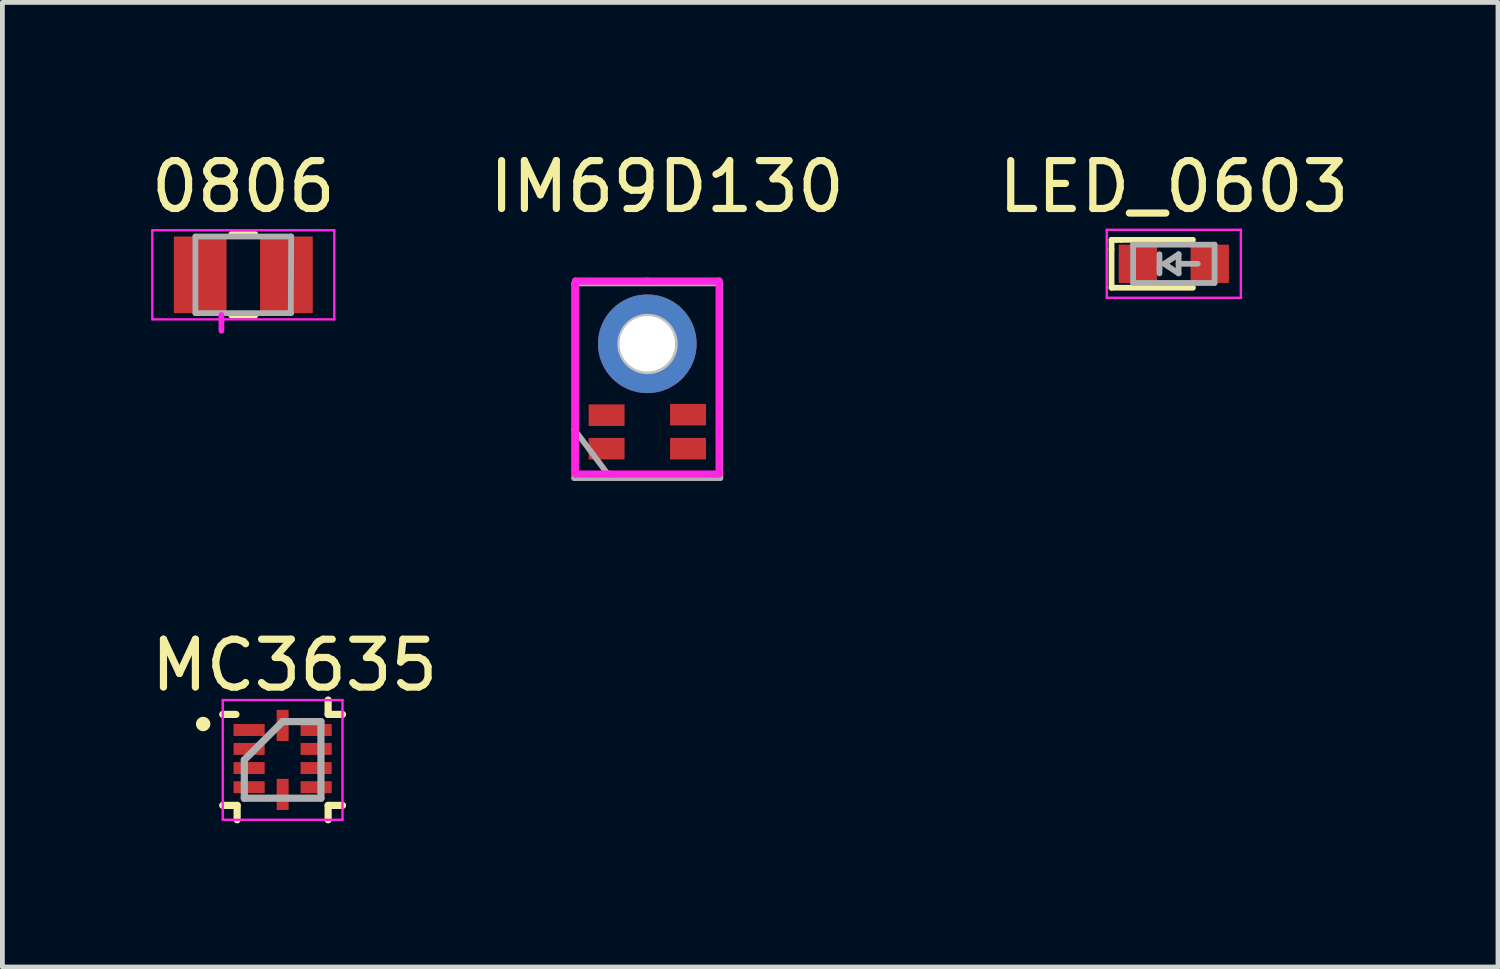
<source format=kicad_pcb>
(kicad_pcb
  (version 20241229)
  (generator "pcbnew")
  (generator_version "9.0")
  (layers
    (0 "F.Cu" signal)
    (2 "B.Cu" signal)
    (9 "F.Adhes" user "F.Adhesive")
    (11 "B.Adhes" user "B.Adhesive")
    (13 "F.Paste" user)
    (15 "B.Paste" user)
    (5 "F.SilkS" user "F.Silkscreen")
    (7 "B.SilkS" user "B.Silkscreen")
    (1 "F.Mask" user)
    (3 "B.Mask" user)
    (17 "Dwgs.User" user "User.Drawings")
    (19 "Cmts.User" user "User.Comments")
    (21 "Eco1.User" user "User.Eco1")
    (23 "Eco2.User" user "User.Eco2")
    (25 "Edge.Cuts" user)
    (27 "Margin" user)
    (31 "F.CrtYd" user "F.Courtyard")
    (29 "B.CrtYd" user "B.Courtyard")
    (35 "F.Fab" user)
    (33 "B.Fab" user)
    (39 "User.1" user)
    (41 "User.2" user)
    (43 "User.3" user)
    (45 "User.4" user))
  (footprint "IM69D130"
    (layer "F.Cu")
    (at 10.465 4.138)
    (property "Reference" "IM69D130" (at 0.41 -3.29 0) (layer "F.SilkS") (effects (font (size 1 1) (thickness 0.15))))
    (attr smd)
    (fp_circle (center 0.005 -0.006) (end 0.005 -0.586) (stroke (width 0.1) (type solid)) (fill no) (layer "Dwgs.User"))
    (fp_circle (center 0.005 -0.006) (end 0.005 -0.406) (stroke (width 0.1) (type solid)) (fill no) (layer "Dwgs.User"))
    (fp_line (start -1.5 -1.32) (end 0.01 -1.32) (stroke (width 0.15) (type solid)) (layer "F.CrtYd"))
    (fp_line (start -1.5 2.71) (end -1.5 -1.32) (stroke (width 0.15) (type solid)) (layer "F.CrtYd"))
    (fp_line (start -0.8 2.71) (end -1.5 2.71) (stroke (width 0.15) (type solid)) (layer "F.CrtYd"))
    (fp_line (start -0.8 2.71) (end 1.5 2.71) (stroke (width 0.15) (type solid)) (layer "F.CrtYd"))
    (fp_line (start 0 -1.32) (end 1.5 -1.32) (stroke (width 0.15) (type solid)) (layer "F.CrtYd"))
    (fp_line (start 1.5 -1.32) (end 1.5 2.71) (stroke (width 0.15) (type solid)) (layer "F.CrtYd"))
    (fp_line (start -1.524 -1.27) (end 1.524 -1.27) (stroke (width 0.12) (type solid)) (layer "F.Fab"))
    (fp_line (start -1.524 2.794) (end -1.524 -1.27) (stroke (width 0.12) (type solid)) (layer "F.Fab"))
    (fp_line (start -0.762 2.794) (end -1.524 1.778) (stroke (width 0.12) (type solid)) (layer "F.Fab"))
    (fp_line (start 1.524 -1.27) (end 1.524 2.794) (stroke (width 0.12) (type solid)) (layer "F.Fab"))
    (fp_line (start 1.524 2.794) (end -1.524 2.794) (stroke (width 0.12) (type solid)) (layer "F.Fab"))
    (pad "1" smd rect (at -0.85 2.18 90) (size 0.45 0.75) (layers "F.Cu" "F.Mask" "F.Paste"))
    (pad "2" smd rect (at -0.85 1.48 90) (size 0.45 0.75) (layers "F.Cu" "F.Mask" "F.Paste"))
    (pad "3" smd rect (at 0.85 2.18 90) (size 0.45 0.75) (layers "F.Cu" "F.Mask" "F.Paste"))
    (pad "4" smd rect (at 0.85 1.47 90) (size 0.45 0.75) (layers "F.Cu" "F.Mask" "F.Paste"))
    (pad "5" thru_hole circle (at 0 -0.01 90) (size 2.06 2.06) (drill 1.16) (layers "*.Mask" "F.Cu")))
  (footprint "0806"
    (layer "F.Cu")
    (at 2.03 2.688)
    (property "Reference" "0806" (at 0 -1.84 0) (layer "F.SilkS") (effects (font (size 1 1) (thickness 0.15))))
    (attr smd)
    (fp_line (start -0.25 -0.85) (end 0.25 -0.85) (stroke (width 0.12) (type solid)) (layer "F.SilkS"))
    (fp_line (start -0.25 0.85) (end 0.25 0.85) (stroke (width 0.12) (type solid)) (layer "F.SilkS"))
    (fp_line (start -1.9 -0.93) (end 1.9 -0.93) (stroke (width 0.05) (type solid)) (layer "F.CrtYd"))
    (fp_line (start -1.9 0.93) (end -1.9 -0.93) (stroke (width 0.05) (type solid)) (layer "F.CrtYd"))
    (fp_line (start -1.9 0.93) (end 1.9 0.93) (stroke (width 0.05) (type solid)) (layer "F.CrtYd"))
    (fp_line (start -0.457 0.838) (end -0.457 1.168) (stroke (width 0.12) (type solid)) (layer "F.CrtYd"))
    (fp_line (start 1.9 0.93) (end 1.9 -0.93) (stroke (width 0.05) (type solid)) (layer "F.CrtYd"))
    (fp_line (start -1 -0.8) (end -1 0.8) (stroke (width 0.12) (type solid)) (layer "F.Fab"))
    (fp_line (start -1 -0.8) (end 1 -0.8) (stroke (width 0.12) (type solid)) (layer "F.Fab"))
    (fp_line (start -1 0.8) (end 1 0.8) (stroke (width 0.12) (type solid)) (layer "F.Fab"))
    (fp_line (start 1 -0.8) (end 0.991 0.787) (stroke (width 0.12) (type solid)) (layer "F.Fab"))
    (pad "1" smd rect (at -0.9 0) (size 1.1 1.6) (layers "F.Cu" "F.Mask" "F.Paste"))
    (pad "2" smd rect (at 0.9 0) (size 1.1 1.6) (layers "F.Cu" "F.Mask" "F.Paste")))
  (footprint "LED_0603"
    (layer "F.Cu")
    (at 21.458 2.458)
    (property "Reference" "LED_0603" (at 0 -1.61 0) (layer "F.SilkS") (effects (font (size 1 1) (thickness 0.15))))
    (attr smd)
    (fp_line (start -1.3 -0.5) (end -1.3 -0.3) (stroke (width 0.12) (type solid)) (layer "F.SilkS"))
    (fp_line (start -1.3 -0.3) (end -1.3 0.5) (stroke (width 0.12) (type solid)) (layer "F.SilkS"))
    (fp_line (start -1.3 0.5) (end 0.4 0.5) (stroke (width 0.12) (type solid)) (layer "F.SilkS"))
    (fp_line (start -1.2 -0.5) (end -1.3 -0.5) (stroke (width 0.12) (type solid)) (layer "F.SilkS"))
    (fp_line (start -1.1 -0.5) (end -1.2 -0.5) (stroke (width 0.12) (type solid)) (layer "F.SilkS"))
    (fp_line (start -1.1 -0.5) (end 0.4 -0.5) (stroke (width 0.12) (type solid)) (layer "F.SilkS"))
    (fp_line (start -1.4 -0.71) (end 1.4 -0.71) (stroke (width 0.05) (type solid)) (layer "F.CrtYd"))
    (fp_line (start -1.4 0.71) (end -1.4 -0.71) (stroke (width 0.05) (type solid)) (layer "F.CrtYd"))
    (fp_line (start -1.4 0.71) (end 1.4 0.71) (stroke (width 0.05) (type solid)) (layer "F.CrtYd"))
    (fp_line (start 1.4 0.71) (end 1.4 -0.71) (stroke (width 0.05) (type solid)) (layer "F.CrtYd"))
    (fp_line (start -0.85 -0.4) (end 0.85 -0.4) (stroke (width 0.12) (type solid)) (layer "F.Fab"))
    (fp_line (start -0.85 0.4) (end -0.85 -0.4) (stroke (width 0.12) (type solid)) (layer "F.Fab"))
    (fp_line (start -0.85 0.4) (end 0.85 0.4) (stroke (width 0.12) (type solid)) (layer "F.Fab"))
    (fp_line (start -0.3 -0.2) (end -0.3 0.1) (stroke (width 0.12) (type solid)) (layer "F.Fab"))
    (fp_line (start -0.3 0.2) (end -0.3 0.1) (stroke (width 0.12) (type solid)) (layer "F.Fab"))
    (fp_line (start -0.2 0) (end 0.1 0.2) (stroke (width 0.12) (type solid)) (layer "F.Fab"))
    (fp_line (start 0.1 -0.2) (end -0.2 0) (stroke (width 0.12) (type solid)) (layer "F.Fab"))
    (fp_line (start 0.1 0) (end 0.1 -0.2) (stroke (width 0.12) (type solid)) (layer "F.Fab"))
    (fp_line (start 0.1 0.2) (end 0.1 0) (stroke (width 0.12) (type solid)) (layer "F.Fab"))
    (fp_line (start 0.5 0) (end 0.1 0) (stroke (width 0.12) (type solid)) (layer "F.Fab"))
    (fp_line (start 0.85 0.4) (end 0.85 -0.4) (stroke (width 0.12) (type solid)) (layer "F.Fab"))
    (pad "1" smd rect (at -0.75 0) (size 0.8 0.8) (layers "F.Cu" "F.Mask" "F.Paste"))
    (pad "2" smd rect (at 0.75 0) (size 0.8 0.8) (layers "F.Cu" "F.Mask" "F.Paste")))
  (footprint "MC3635"
    (layer "F.Cu")
    (at 3.101 12.816)
    (property "Reference" "MC3635" (at 0 -1.975 0) (layer "F.SilkS") (effects (font (size 1 1) (thickness 0.15))))
    (attr smd)
    (fp_line (start -1.5 -0.95) (end -1.225 -0.95) (stroke (width 0.15) (type solid)) (layer "F.SilkS"))
    (fp_line (start -1.5 0.95) (end -1.2 0.95) (stroke (width 0.15) (type solid)) (layer "F.SilkS"))
    (fp_line (start -1.2 0.95) (end -1.2 1.25) (stroke (width 0.15) (type solid)) (layer "F.SilkS"))
    (fp_line (start 0.7 -0.95) (end 0.7 -1.25) (stroke (width 0.15) (type solid)) (layer "F.SilkS"))
    (fp_line (start 0.7 0.95) (end 0.7 1.25) (stroke (width 0.15) (type solid)) (layer "F.SilkS"))
    (fp_line (start 1 -0.95) (end 0.7 -0.95) (stroke (width 0.15) (type solid)) (layer "F.SilkS"))
    (fp_line (start 1 0.95) (end 0.7 0.95) (stroke (width 0.15) (type solid)) (layer "F.SilkS"))
    (fp_circle (center -1.91 -0.75) (end -1.84 -0.72) (stroke (width 0.15) (type solid)) (fill no) (layer "F.SilkS"))
    (fp_line (start -1.5 -1.25) (end 1 -1.25) (stroke (width 0.05) (type solid)) (layer "F.CrtYd"))
    (fp_line (start -1.5 1.25) (end -1.5 -1.25) (stroke (width 0.05) (type solid)) (layer "F.CrtYd"))
    (fp_line (start 1 -1.25) (end 1 1.25) (stroke (width 0.05) (type solid)) (layer "F.CrtYd"))
    (fp_line (start 1 1.25) (end -1.5 1.25) (stroke (width 0.05) (type solid)) (layer "F.CrtYd"))
    (fp_line (start -1.05 0) (end -1.05 0.8) (stroke (width 0.15) (type solid)) (layer "F.Fab"))
    (fp_line (start -1.05 0.8) (end 0.55 0.8) (stroke (width 0.15) (type solid)) (layer "F.Fab"))
    (fp_line (start -0.25 -0.8) (end -1.05 0) (stroke (width 0.15) (type solid)) (layer "F.Fab"))
    (fp_line (start 0.55 -0.8) (end -0.25 -0.8) (stroke (width 0.15) (type solid)) (layer "F.Fab"))
    (fp_line (start 0.55 0.8) (end 0.55 -0.8) (stroke (width 0.15) (type solid)) (layer "F.Fab"))
    (pad "1" smd rect (at -0.95 -0.625 90) (size 0.25 0.65) (layers "F.Cu" "F.Mask" "F.Paste"))
    (pad "2" smd rect (at -0.95 -0.23 90) (size 0.25 0.65) (layers "F.Cu" "F.Mask" "F.Paste"))
    (pad "3" smd rect (at -0.95 0.17 90) (size 0.25 0.65) (layers "F.Cu" "F.Mask" "F.Paste"))
    (pad "4" smd rect (at -0.95 0.57 90) (size 0.25 0.65) (layers "F.Cu" "F.Mask" "F.Paste"))
    (pad "5" smd rect (at -0.25 0.72) (size 0.25 0.65) (layers "F.Cu" "F.Mask" "F.Paste"))
    (pad "6" smd rect (at 0.45 0.57 90) (size 0.25 0.65) (layers "F.Cu" "F.Mask" "F.Paste"))
    (pad "7" smd rect (at 0.45 0.17 90) (size 0.25 0.65) (layers "F.Cu" "F.Mask" "F.Paste"))
    (pad "8" smd rect (at 0.45 -0.23 90) (size 0.25 0.65) (layers "F.Cu" "F.Mask" "F.Paste"))
    (pad "9" smd rect (at 0.45 -0.625 90) (size 0.25 0.65) (layers "F.Cu" "F.Mask" "F.Paste"))
    (pad "10" smd rect (at -0.25 -0.72) (size 0.25 0.65) (layers "F.Cu" "F.Mask" "F.Paste")))
  (gr_rect
    (start -3 -3)
    (end 28.226 17.14)
    (stroke (width 0.1) (type default))
    (fill no)
    (layer "Edge.Cuts")))
</source>
